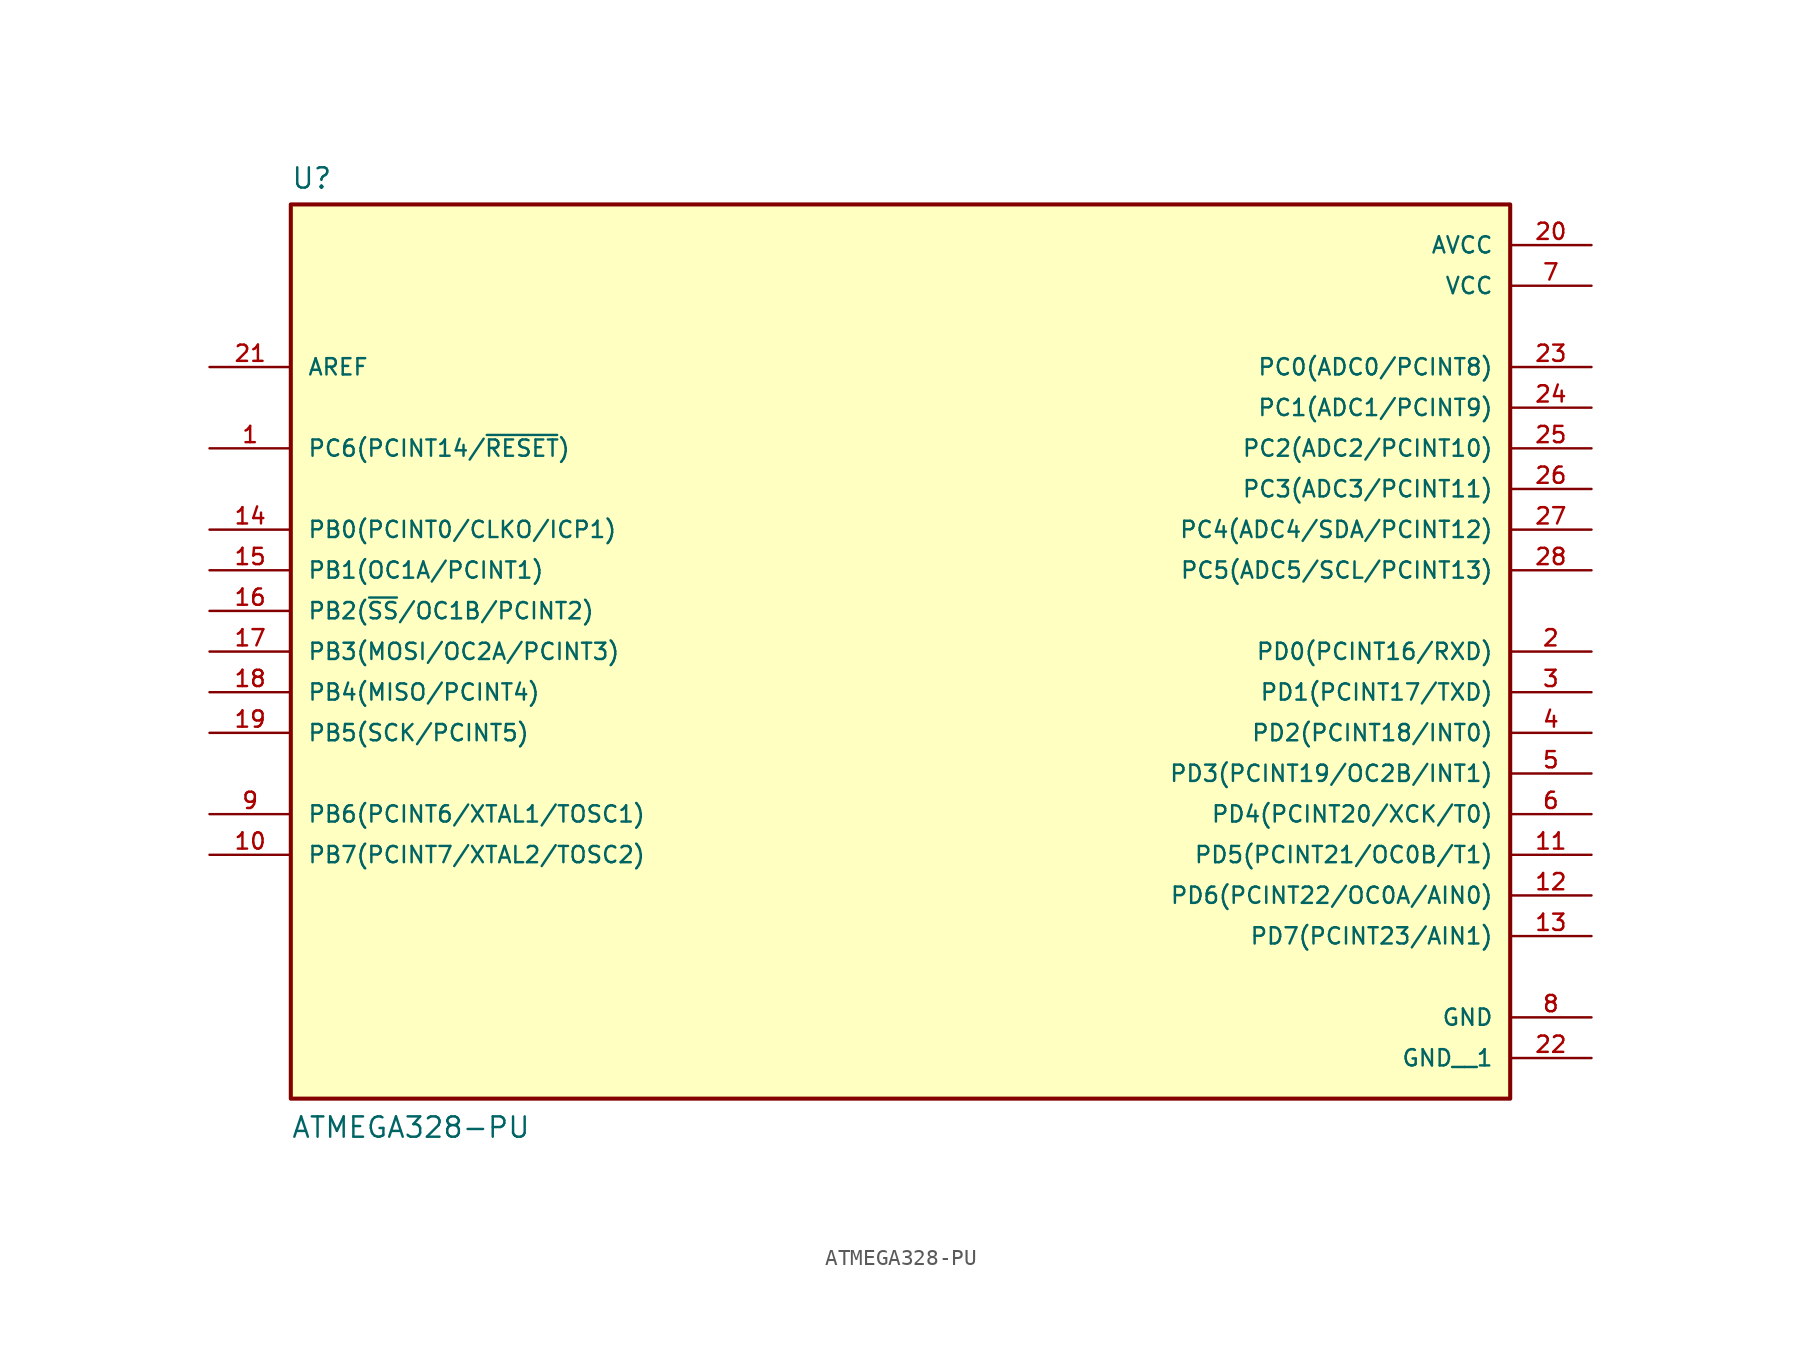
<source format=kicad_sym>
(kicad_symbol_lib
  (version 20211014)
  (generator kicad_symbol_editor)
  (symbol "ATMEGA328-PU"
    (pin_names
      (offset 1.016))
    (property "Reference" "U"
      (at -38.1 26.289 0)
      (effects (font (size 1.27 1.27)) (justify bottom left)))
    (property "Value" "ATMEGA328-PU"
      (at -38.1 -33.02 0)
      (effects (font (size 1.27 1.27)) (justify bottom left)))
    (symbol "ATMEGA328-PU_0_0"
      (rectangle (start -38.1 -30.48) (end 38.1 25.4) (stroke (width 0.254)) (fill (type background)))
      (pin bidirectional line (at -43.18 -7.62 0) (length 5.08) (name "PB5(SCK/PCINT5)" (effects (font (size 1.016 1.016)))) (number "19" (effects (font (size 1.016 1.016)))))
      (pin bidirectional line (at -43.18 -15.24 0) (length 5.08) (name "PB7(PCINT7/XTAL2/TOSC2)" (effects (font (size 1.016 1.016)))) (number "10" (effects (font (size 1.016 1.016)))))
      (pin bidirectional line (at -43.18 -12.7 0) (length 5.08) (name "PB6(PCINT6/XTAL1/TOSC1)" (effects (font (size 1.016 1.016)))) (number "9" (effects (font (size 1.016 1.016)))))
      (pin power_in line (at 43.18 20.32 180.0) (length 5.08) (name "VCC" (effects (font (size 1.016 1.016)))) (number "7" (effects (font (size 1.016 1.016)))))
      (pin power_in line (at 43.18 -25.4 180.0) (length 5.08) (name "GND" (effects (font (size 1.016 1.016)))) (number "8" (effects (font (size 1.016 1.016)))))
      (pin input line (at -43.18 15.24 0) (length 5.08) (name "AREF" (effects (font (size 1.016 1.016)))) (number "21" (effects (font (size 1.016 1.016)))))
      (pin power_in line (at 43.18 22.86 180.0) (length 5.08) (name "AVCC" (effects (font (size 1.016 1.016)))) (number "20" (effects (font (size 1.016 1.016)))))
      (pin bidirectional line (at -43.18 -5.08 0) (length 5.08) (name "PB4(MISO/PCINT4)" (effects (font (size 1.016 1.016)))) (number "18" (effects (font (size 1.016 1.016)))))
      (pin bidirectional line (at -43.18 -2.54 0) (length 5.08) (name "PB3(MOSI/OC2A/PCINT3)" (effects (font (size 1.016 1.016)))) (number "17" (effects (font (size 1.016 1.016)))))
      (pin bidirectional line (at -43.18 0.0 0) (length 5.08) (name "PB2(~{SS}/OC1B/PCINT2)" (effects (font (size 1.016 1.016)))) (number "16" (effects (font (size 1.016 1.016)))))
      (pin bidirectional line (at -43.18 2.54 0) (length 5.08) (name "PB1(OC1A/PCINT1)" (effects (font (size 1.016 1.016)))) (number "15" (effects (font (size 1.016 1.016)))))
      (pin bidirectional line (at -43.18 5.08 0) (length 5.08) (name "PB0(PCINT0/CLKO/ICP1)" (effects (font (size 1.016 1.016)))) (number "14" (effects (font (size 1.016 1.016)))))
      (pin bidirectional line (at 43.18 -20.32 180.0) (length 5.08) (name "PD7(PCINT23/AIN1)" (effects (font (size 1.016 1.016)))) (number "13" (effects (font (size 1.016 1.016)))))
      (pin bidirectional line (at 43.18 -17.78 180.0) (length 5.08) (name "PD6(PCINT22/OC0A/AIN0)" (effects (font (size 1.016 1.016)))) (number "12" (effects (font (size 1.016 1.016)))))
      (pin bidirectional line (at 43.18 -15.24 180.0) (length 5.08) (name "PD5(PCINT21/OC0B/T1)" (effects (font (size 1.016 1.016)))) (number "11" (effects (font (size 1.016 1.016)))))
      (pin bidirectional line (at 43.18 -12.7 180.0) (length 5.08) (name "PD4(PCINT20/XCK/T0)" (effects (font (size 1.016 1.016)))) (number "6" (effects (font (size 1.016 1.016)))))
      (pin bidirectional line (at 43.18 -10.16 180.0) (length 5.08) (name "PD3(PCINT19/OC2B/INT1)" (effects (font (size 1.016 1.016)))) (number "5" (effects (font (size 1.016 1.016)))))
      (pin bidirectional line (at 43.18 -7.62 180.0) (length 5.08) (name "PD2(PCINT18/INT0)" (effects (font (size 1.016 1.016)))) (number "4" (effects (font (size 1.016 1.016)))))
      (pin bidirectional line (at 43.18 -5.08 180.0) (length 5.08) (name "PD1(PCINT17/TXD)" (effects (font (size 1.016 1.016)))) (number "3" (effects (font (size 1.016 1.016)))))
      (pin bidirectional line (at 43.18 -2.54 180.0) (length 5.08) (name "PD0(PCINT16/RXD)" (effects (font (size 1.016 1.016)))) (number "2" (effects (font (size 1.016 1.016)))))
      (pin bidirectional line (at 43.18 2.54 180.0) (length 5.08) (name "PC5(ADC5/SCL/PCINT13)" (effects (font (size 1.016 1.016)))) (number "28" (effects (font (size 1.016 1.016)))))
      (pin bidirectional line (at 43.18 5.08 180.0) (length 5.08) (name "PC4(ADC4/SDA/PCINT12)" (effects (font (size 1.016 1.016)))) (number "27" (effects (font (size 1.016 1.016)))))
      (pin bidirectional line (at 43.18 7.62 180.0) (length 5.08) (name "PC3(ADC3/PCINT11)" (effects (font (size 1.016 1.016)))) (number "26" (effects (font (size 1.016 1.016)))))
      (pin bidirectional line (at 43.18 10.16 180.0) (length 5.08) (name "PC2(ADC2/PCINT10)" (effects (font (size 1.016 1.016)))) (number "25" (effects (font (size 1.016 1.016)))))
      (pin bidirectional line (at 43.18 12.7 180.0) (length 5.08) (name "PC1(ADC1/PCINT9)" (effects (font (size 1.016 1.016)))) (number "24" (effects (font (size 1.016 1.016)))))
      (pin bidirectional line (at 43.18 15.24 180.0) (length 5.08) (name "PC0(ADC0/PCINT8)" (effects (font (size 1.016 1.016)))) (number "23" (effects (font (size 1.016 1.016)))))
      (pin bidirectional line (at -43.18 10.16 0) (length 5.08) (name "PC6(PCINT14/~{RESET})" (effects (font (size 1.016 1.016)))) (number "1" (effects (font (size 1.016 1.016)))))
      (pin power_in line (at 43.18 -27.94 180.0) (length 5.08) (name "GND__1" (effects (font (size 1.016 1.016)))) (number "22" (effects (font (size 1.016 1.016))))))))
</source>
